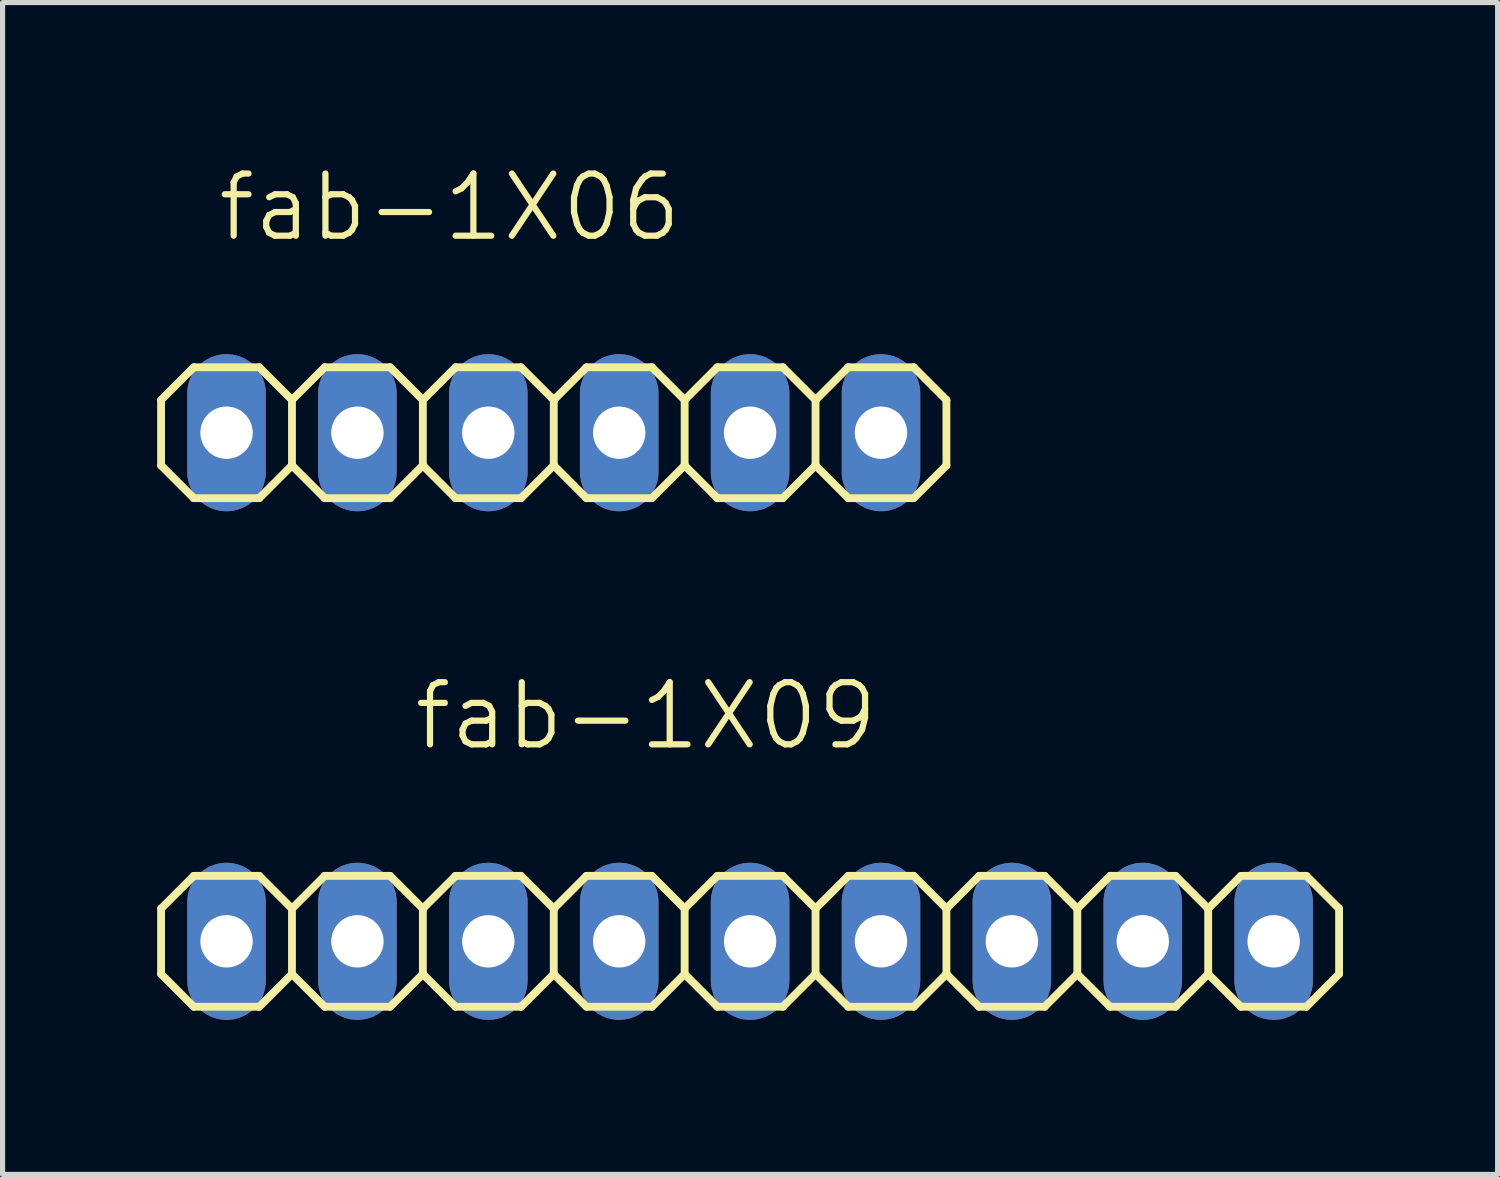
<source format=kicad_pcb>
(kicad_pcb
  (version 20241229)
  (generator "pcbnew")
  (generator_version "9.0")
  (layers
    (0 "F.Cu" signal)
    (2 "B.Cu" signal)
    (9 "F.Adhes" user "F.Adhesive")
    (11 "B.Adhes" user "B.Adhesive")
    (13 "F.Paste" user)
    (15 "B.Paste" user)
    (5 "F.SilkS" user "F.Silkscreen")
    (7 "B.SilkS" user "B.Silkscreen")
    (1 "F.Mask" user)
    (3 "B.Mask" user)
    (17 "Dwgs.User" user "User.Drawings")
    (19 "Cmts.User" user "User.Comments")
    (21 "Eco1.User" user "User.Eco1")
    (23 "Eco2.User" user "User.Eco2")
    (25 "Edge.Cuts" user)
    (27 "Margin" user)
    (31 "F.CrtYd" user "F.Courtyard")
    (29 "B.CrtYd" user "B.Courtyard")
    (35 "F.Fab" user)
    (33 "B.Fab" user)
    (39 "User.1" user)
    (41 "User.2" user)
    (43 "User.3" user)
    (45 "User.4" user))
  (footprint "fab-1X09"
    (layer "F.Cu")
    (at 11.506 15.217)
    (property "Reference" "fab-1X09" (at 2.54 -5.08 180) (layer "F.SilkS") (effects (font (size 1.206 1.206) (thickness 0.121)) (justify right top)))
    (attr through_hole)
    (fp_line (start -11.43 -0.635) (end -11.43 0.635) (stroke (width 0.152) (type solid)) (layer "F.SilkS"))
    (fp_line (start -11.43 0.635) (end -10.795 1.27) (stroke (width 0.152) (type solid)) (layer "F.SilkS"))
    (fp_line (start -10.795 -1.27) (end -11.43 -0.635) (stroke (width 0.152) (type solid)) (layer "F.SilkS"))
    (fp_line (start -10.795 -1.27) (end -9.525 -1.27) (stroke (width 0.152) (type solid)) (layer "F.SilkS"))
    (fp_line (start -9.525 -1.27) (end -8.89 -0.635) (stroke (width 0.152) (type solid)) (layer "F.SilkS"))
    (fp_line (start -9.525 1.27) (end -10.795 1.27) (stroke (width 0.152) (type solid)) (layer "F.SilkS"))
    (fp_line (start -8.89 -0.635) (end -8.89 0.635) (stroke (width 0.152) (type solid)) (layer "F.SilkS"))
    (fp_line (start -8.89 -0.635) (end -8.255 -1.27) (stroke (width 0.152) (type solid)) (layer "F.SilkS"))
    (fp_line (start -8.89 0.635) (end -9.525 1.27) (stroke (width 0.152) (type solid)) (layer "F.SilkS"))
    (fp_line (start -8.255 -1.27) (end -6.985 -1.27) (stroke (width 0.152) (type solid)) (layer "F.SilkS"))
    (fp_line (start -8.255 1.27) (end -8.89 0.635) (stroke (width 0.152) (type solid)) (layer "F.SilkS"))
    (fp_line (start -6.985 -1.27) (end -6.35 -0.635) (stroke (width 0.152) (type solid)) (layer "F.SilkS"))
    (fp_line (start -6.985 1.27) (end -8.255 1.27) (stroke (width 0.152) (type solid)) (layer "F.SilkS"))
    (fp_line (start -6.35 -0.635) (end -6.35 0.635) (stroke (width 0.152) (type solid)) (layer "F.SilkS"))
    (fp_line (start -6.35 -0.635) (end -5.715 -1.27) (stroke (width 0.152) (type solid)) (layer "F.SilkS"))
    (fp_line (start -6.35 0.635) (end -6.985 1.27) (stroke (width 0.152) (type solid)) (layer "F.SilkS"))
    (fp_line (start -5.715 -1.27) (end -4.445 -1.27) (stroke (width 0.152) (type solid)) (layer "F.SilkS"))
    (fp_line (start -5.715 1.27) (end -6.35 0.635) (stroke (width 0.152) (type solid)) (layer "F.SilkS"))
    (fp_line (start -4.445 -1.27) (end -3.81 -0.635) (stroke (width 0.152) (type solid)) (layer "F.SilkS"))
    (fp_line (start -4.445 1.27) (end -5.715 1.27) (stroke (width 0.152) (type solid)) (layer "F.SilkS"))
    (fp_line (start -3.81 -0.635) (end -3.81 0.635) (stroke (width 0.152) (type solid)) (layer "F.SilkS"))
    (fp_line (start -3.81 0.635) (end -4.445 1.27) (stroke (width 0.152) (type solid)) (layer "F.SilkS"))
    (fp_line (start -3.81 0.635) (end -3.175 1.27) (stroke (width 0.152) (type solid)) (layer "F.SilkS"))
    (fp_line (start -3.175 -1.27) (end -3.81 -0.635) (stroke (width 0.152) (type solid)) (layer "F.SilkS"))
    (fp_line (start -3.175 -1.27) (end -1.905 -1.27) (stroke (width 0.152) (type solid)) (layer "F.SilkS"))
    (fp_line (start -1.905 -1.27) (end -1.27 -0.635) (stroke (width 0.152) (type solid)) (layer "F.SilkS"))
    (fp_line (start -1.905 1.27) (end -3.175 1.27) (stroke (width 0.152) (type solid)) (layer "F.SilkS"))
    (fp_line (start -1.27 -0.635) (end -1.27 0.635) (stroke (width 0.152) (type solid)) (layer "F.SilkS"))
    (fp_line (start -1.27 -0.635) (end -0.635 -1.27) (stroke (width 0.152) (type solid)) (layer "F.SilkS"))
    (fp_line (start -1.27 0.635) (end -1.905 1.27) (stroke (width 0.152) (type solid)) (layer "F.SilkS"))
    (fp_line (start -0.635 -1.27) (end 0.635 -1.27) (stroke (width 0.152) (type solid)) (layer "F.SilkS"))
    (fp_line (start -0.635 1.27) (end -1.27 0.635) (stroke (width 0.152) (type solid)) (layer "F.SilkS"))
    (fp_line (start 0.635 -1.27) (end 1.27 -0.635) (stroke (width 0.152) (type solid)) (layer "F.SilkS"))
    (fp_line (start 0.635 1.27) (end -0.635 1.27) (stroke (width 0.152) (type solid)) (layer "F.SilkS"))
    (fp_line (start 1.27 -0.635) (end 1.27 0.635) (stroke (width 0.152) (type solid)) (layer "F.SilkS"))
    (fp_line (start 1.27 -0.635) (end 1.905 -1.27) (stroke (width 0.152) (type solid)) (layer "F.SilkS"))
    (fp_line (start 1.27 0.635) (end 0.635 1.27) (stroke (width 0.152) (type solid)) (layer "F.SilkS"))
    (fp_line (start 1.905 -1.27) (end 3.175 -1.27) (stroke (width 0.152) (type solid)) (layer "F.SilkS"))
    (fp_line (start 1.905 1.27) (end 1.27 0.635) (stroke (width 0.152) (type solid)) (layer "F.SilkS"))
    (fp_line (start 3.175 -1.27) (end 3.81 -0.635) (stroke (width 0.152) (type solid)) (layer "F.SilkS"))
    (fp_line (start 3.175 1.27) (end 1.905 1.27) (stroke (width 0.152) (type solid)) (layer "F.SilkS"))
    (fp_line (start 3.81 -0.635) (end 3.81 0.635) (stroke (width 0.152) (type solid)) (layer "F.SilkS"))
    (fp_line (start 3.81 0.635) (end 3.175 1.27) (stroke (width 0.152) (type solid)) (layer "F.SilkS"))
    (fp_line (start 3.81 0.635) (end 4.445 1.27) (stroke (width 0.152) (type solid)) (layer "F.SilkS"))
    (fp_line (start 4.445 -1.27) (end 3.81 -0.635) (stroke (width 0.152) (type solid)) (layer "F.SilkS"))
    (fp_line (start 4.445 -1.27) (end 5.715 -1.27) (stroke (width 0.152) (type solid)) (layer "F.SilkS"))
    (fp_line (start 5.715 -1.27) (end 6.35 -0.635) (stroke (width 0.152) (type solid)) (layer "F.SilkS"))
    (fp_line (start 5.715 1.27) (end 4.445 1.27) (stroke (width 0.152) (type solid)) (layer "F.SilkS"))
    (fp_line (start 6.35 -0.635) (end 6.35 0.635) (stroke (width 0.152) (type solid)) (layer "F.SilkS"))
    (fp_line (start 6.35 -0.635) (end 6.985 -1.27) (stroke (width 0.152) (type solid)) (layer "F.SilkS"))
    (fp_line (start 6.35 0.635) (end 5.715 1.27) (stroke (width 0.152) (type solid)) (layer "F.SilkS"))
    (fp_line (start 6.985 -1.27) (end 8.255 -1.27) (stroke (width 0.152) (type solid)) (layer "F.SilkS"))
    (fp_line (start 6.985 1.27) (end 6.35 0.635) (stroke (width 0.152) (type solid)) (layer "F.SilkS"))
    (fp_line (start 8.255 -1.27) (end 8.89 -0.635) (stroke (width 0.152) (type solid)) (layer "F.SilkS"))
    (fp_line (start 8.255 1.27) (end 6.985 1.27) (stroke (width 0.152) (type solid)) (layer "F.SilkS"))
    (fp_line (start 8.89 -0.635) (end 8.89 0.635) (stroke (width 0.152) (type solid)) (layer "F.SilkS"))
    (fp_line (start 8.89 0.635) (end 8.255 1.27) (stroke (width 0.152) (type solid)) (layer "F.SilkS"))
    (fp_line (start 8.89 0.635) (end 9.525 1.27) (stroke (width 0.152) (type solid)) (layer "F.SilkS"))
    (fp_line (start 9.525 -1.27) (end 8.89 -0.635) (stroke (width 0.152) (type solid)) (layer "F.SilkS"))
    (fp_line (start 9.525 -1.27) (end 10.795 -1.27) (stroke (width 0.152) (type solid)) (layer "F.SilkS"))
    (fp_line (start 10.795 -1.27) (end 11.43 -0.635) (stroke (width 0.152) (type solid)) (layer "F.SilkS"))
    (fp_line (start 10.795 1.27) (end 9.525 1.27) (stroke (width 0.152) (type solid)) (layer "F.SilkS"))
    (fp_line (start 11.43 -0.635) (end 11.43 0.635) (stroke (width 0.152) (type solid)) (layer "F.SilkS"))
    (fp_line (start 11.43 0.635) (end 10.795 1.27) (stroke (width 0.152) (type solid)) (layer "F.SilkS"))
    (fp_poly (pts (xy -10.414 0.254) (xy -9.906 0.254) (xy -9.906 -0.254) (xy -10.414 -0.254)) (stroke (width 0.1) (type solid)) (fill no) (layer "F.Fab"))
    (fp_poly (pts (xy -7.874 0.254) (xy -7.366 0.254) (xy -7.366 -0.254) (xy -7.874 -0.254)) (stroke (width 0.1) (type solid)) (fill no) (layer "F.Fab"))
    (fp_poly (pts (xy -5.334 0.254) (xy -4.826 0.254) (xy -4.826 -0.254) (xy -5.334 -0.254)) (stroke (width 0.1) (type solid)) (fill no) (layer "F.Fab"))
    (fp_poly (pts (xy -2.794 0.254) (xy -2.286 0.254) (xy -2.286 -0.254) (xy -2.794 -0.254)) (stroke (width 0.1) (type solid)) (fill no) (layer "F.Fab"))
    (fp_poly (pts (xy -0.254 0.254) (xy 0.254 0.254) (xy 0.254 -0.254) (xy -0.254 -0.254)) (stroke (width 0.1) (type solid)) (fill no) (layer "F.Fab"))
    (fp_poly (pts (xy 2.286 0.254) (xy 2.794 0.254) (xy 2.794 -0.254) (xy 2.286 -0.254)) (stroke (width 0.1) (type solid)) (fill no) (layer "F.Fab"))
    (fp_poly (pts (xy 4.826 0.254) (xy 5.334 0.254) (xy 5.334 -0.254) (xy 4.826 -0.254)) (stroke (width 0.1) (type solid)) (fill no) (layer "F.Fab"))
    (fp_poly (pts (xy 7.366 0.254) (xy 7.874 0.254) (xy 7.874 -0.254) (xy 7.366 -0.254)) (stroke (width 0.1) (type solid)) (fill no) (layer "F.Fab"))
    (fp_poly (pts (xy 9.906 0.254) (xy 10.414 0.254) (xy 10.414 -0.254) (xy 9.906 -0.254)) (stroke (width 0.1) (type solid)) (fill no) (layer "F.Fab"))
    (pad "1" thru_hole oval (at -10.16 0 90) (size 3.048 1.524) (drill 1.016) (layers "*.Cu" "*.Mask"))
    (pad "2" thru_hole oval (at -7.62 0 90) (size 3.048 1.524) (drill 1.016) (layers "*.Cu" "*.Mask"))
    (pad "3" thru_hole oval (at -5.08 0 90) (size 3.048 1.524) (drill 1.016) (layers "*.Cu" "*.Mask"))
    (pad "4" thru_hole oval (at -2.54 0 90) (size 3.048 1.524) (drill 1.016) (layers "*.Cu" "*.Mask"))
    (pad "5" thru_hole oval (at 0 0 90) (size 3.048 1.524) (drill 1.016) (layers "*.Cu" "*.Mask"))
    (pad "6" thru_hole oval (at 2.54 0 90) (size 3.048 1.524) (drill 1.016) (layers "*.Cu" "*.Mask"))
    (pad "7" thru_hole oval (at 5.08 0 90) (size 3.048 1.524) (drill 1.016) (layers "*.Cu" "*.Mask"))
    (pad "8" thru_hole oval (at 7.62 0 90) (size 3.048 1.524) (drill 1.016) (layers "*.Cu" "*.Mask"))
    (pad "9" thru_hole oval (at 10.16 0 90) (size 3.048 1.524) (drill 1.016) (layers "*.Cu" "*.Mask")))
  (footprint "fab-1X06"
    (layer "F.Cu")
    (at 7.696 5.347)
    (property "Reference" "fab-1X06" (at 2.54 -5.08 180) (layer "F.SilkS") (effects (font (size 1.206 1.206) (thickness 0.121)) (justify right top)))
    (attr through_hole)
    (fp_line (start -7.62 -0.635) (end -7.62 0.635) (stroke (width 0.152) (type solid)) (layer "F.SilkS"))
    (fp_line (start -7.62 0.635) (end -6.985 1.27) (stroke (width 0.152) (type solid)) (layer "F.SilkS"))
    (fp_line (start -6.985 -1.27) (end -7.62 -0.635) (stroke (width 0.152) (type solid)) (layer "F.SilkS"))
    (fp_line (start -6.985 -1.27) (end -5.715 -1.27) (stroke (width 0.152) (type solid)) (layer "F.SilkS"))
    (fp_line (start -5.715 -1.27) (end -5.08 -0.635) (stroke (width 0.152) (type solid)) (layer "F.SilkS"))
    (fp_line (start -5.715 1.27) (end -6.985 1.27) (stroke (width 0.152) (type solid)) (layer "F.SilkS"))
    (fp_line (start -5.08 -0.635) (end -5.08 0.635) (stroke (width 0.152) (type solid)) (layer "F.SilkS"))
    (fp_line (start -5.08 -0.635) (end -4.445 -1.27) (stroke (width 0.152) (type solid)) (layer "F.SilkS"))
    (fp_line (start -5.08 0.635) (end -5.715 1.27) (stroke (width 0.152) (type solid)) (layer "F.SilkS"))
    (fp_line (start -4.445 -1.27) (end -3.175 -1.27) (stroke (width 0.152) (type solid)) (layer "F.SilkS"))
    (fp_line (start -4.445 1.27) (end -5.08 0.635) (stroke (width 0.152) (type solid)) (layer "F.SilkS"))
    (fp_line (start -3.175 -1.27) (end -2.54 -0.635) (stroke (width 0.152) (type solid)) (layer "F.SilkS"))
    (fp_line (start -3.175 1.27) (end -4.445 1.27) (stroke (width 0.152) (type solid)) (layer "F.SilkS"))
    (fp_line (start -2.54 -0.635) (end -2.54 0.635) (stroke (width 0.152) (type solid)) (layer "F.SilkS"))
    (fp_line (start -2.54 -0.635) (end -1.905 -1.27) (stroke (width 0.152) (type solid)) (layer "F.SilkS"))
    (fp_line (start -2.54 0.635) (end -3.175 1.27) (stroke (width 0.152) (type solid)) (layer "F.SilkS"))
    (fp_line (start -1.905 -1.27) (end -0.635 -1.27) (stroke (width 0.152) (type solid)) (layer "F.SilkS"))
    (fp_line (start -1.905 1.27) (end -2.54 0.635) (stroke (width 0.152) (type solid)) (layer "F.SilkS"))
    (fp_line (start -0.635 -1.27) (end 0 -0.635) (stroke (width 0.152) (type solid)) (layer "F.SilkS"))
    (fp_line (start -0.635 1.27) (end -1.905 1.27) (stroke (width 0.152) (type solid)) (layer "F.SilkS"))
    (fp_line (start 0 -0.635) (end 0 0.635) (stroke (width 0.152) (type solid)) (layer "F.SilkS"))
    (fp_line (start 0 0.635) (end -0.635 1.27) (stroke (width 0.152) (type solid)) (layer "F.SilkS"))
    (fp_line (start 0 0.635) (end 0.635 1.27) (stroke (width 0.152) (type solid)) (layer "F.SilkS"))
    (fp_line (start 0.635 -1.27) (end 0 -0.635) (stroke (width 0.152) (type solid)) (layer "F.SilkS"))
    (fp_line (start 0.635 -1.27) (end 1.905 -1.27) (stroke (width 0.152) (type solid)) (layer "F.SilkS"))
    (fp_line (start 1.905 -1.27) (end 2.54 -0.635) (stroke (width 0.152) (type solid)) (layer "F.SilkS"))
    (fp_line (start 1.905 1.27) (end 0.635 1.27) (stroke (width 0.152) (type solid)) (layer "F.SilkS"))
    (fp_line (start 2.54 -0.635) (end 2.54 0.635) (stroke (width 0.152) (type solid)) (layer "F.SilkS"))
    (fp_line (start 2.54 -0.635) (end 3.175 -1.27) (stroke (width 0.152) (type solid)) (layer "F.SilkS"))
    (fp_line (start 2.54 0.635) (end 1.905 1.27) (stroke (width 0.152) (type solid)) (layer "F.SilkS"))
    (fp_line (start 3.175 -1.27) (end 4.445 -1.27) (stroke (width 0.152) (type solid)) (layer "F.SilkS"))
    (fp_line (start 3.175 1.27) (end 2.54 0.635) (stroke (width 0.152) (type solid)) (layer "F.SilkS"))
    (fp_line (start 4.445 -1.27) (end 5.08 -0.635) (stroke (width 0.152) (type solid)) (layer "F.SilkS"))
    (fp_line (start 4.445 1.27) (end 3.175 1.27) (stroke (width 0.152) (type solid)) (layer "F.SilkS"))
    (fp_line (start 5.08 -0.635) (end 5.08 0.635) (stroke (width 0.152) (type solid)) (layer "F.SilkS"))
    (fp_line (start 5.08 -0.635) (end 5.715 -1.27) (stroke (width 0.152) (type solid)) (layer "F.SilkS"))
    (fp_line (start 5.08 0.635) (end 4.445 1.27) (stroke (width 0.152) (type solid)) (layer "F.SilkS"))
    (fp_line (start 5.715 -1.27) (end 6.985 -1.27) (stroke (width 0.152) (type solid)) (layer "F.SilkS"))
    (fp_line (start 5.715 1.27) (end 5.08 0.635) (stroke (width 0.152) (type solid)) (layer "F.SilkS"))
    (fp_line (start 6.985 -1.27) (end 7.62 -0.635) (stroke (width 0.152) (type solid)) (layer "F.SilkS"))
    (fp_line (start 6.985 1.27) (end 5.715 1.27) (stroke (width 0.152) (type solid)) (layer "F.SilkS"))
    (fp_line (start 7.62 -0.635) (end 7.62 0.635) (stroke (width 0.152) (type solid)) (layer "F.SilkS"))
    (fp_line (start 7.62 0.635) (end 6.985 1.27) (stroke (width 0.152) (type solid)) (layer "F.SilkS"))
    (fp_poly (pts (xy -6.604 0.254) (xy -6.096 0.254) (xy -6.096 -0.254) (xy -6.604 -0.254)) (stroke (width 0.1) (type solid)) (fill no) (layer "F.Fab"))
    (fp_poly (pts (xy -4.064 0.254) (xy -3.556 0.254) (xy -3.556 -0.254) (xy -4.064 -0.254)) (stroke (width 0.1) (type solid)) (fill no) (layer "F.Fab"))
    (fp_poly (pts (xy -1.524 0.254) (xy -1.016 0.254) (xy -1.016 -0.254) (xy -1.524 -0.254)) (stroke (width 0.1) (type solid)) (fill no) (layer "F.Fab"))
    (fp_poly (pts (xy 1.016 0.254) (xy 1.524 0.254) (xy 1.524 -0.254) (xy 1.016 -0.254)) (stroke (width 0.1) (type solid)) (fill no) (layer "F.Fab"))
    (fp_poly (pts (xy 3.556 0.254) (xy 4.064 0.254) (xy 4.064 -0.254) (xy 3.556 -0.254)) (stroke (width 0.1) (type solid)) (fill no) (layer "F.Fab"))
    (fp_poly (pts (xy 6.096 0.254) (xy 6.604 0.254) (xy 6.604 -0.254) (xy 6.096 -0.254)) (stroke (width 0.1) (type solid)) (fill no) (layer "F.Fab"))
    (pad "1" thru_hole oval (at -6.35 0 90) (size 3.048 1.524) (drill 1.016) (layers "*.Cu" "*.Mask"))
    (pad "2" thru_hole oval (at -3.81 0 90) (size 3.048 1.524) (drill 1.016) (layers "*.Cu" "*.Mask"))
    (pad "3" thru_hole oval (at -1.27 0 90) (size 3.048 1.524) (drill 1.016) (layers "*.Cu" "*.Mask"))
    (pad "4" thru_hole oval (at 1.27 0 90) (size 3.048 1.524) (drill 1.016) (layers "*.Cu" "*.Mask"))
    (pad "5" thru_hole oval (at 3.81 0 90) (size 3.048 1.524) (drill 1.016) (layers "*.Cu" "*.Mask"))
    (pad "6" thru_hole oval (at 6.35 0 90) (size 3.048 1.524) (drill 1.016) (layers "*.Cu" "*.Mask")))
  (gr_rect
    (start -3 -3)
    (end 26.012 19.741)
    (stroke (width 0.1) (type default))
    (fill no)
    (layer "Edge.Cuts")))
</source>
